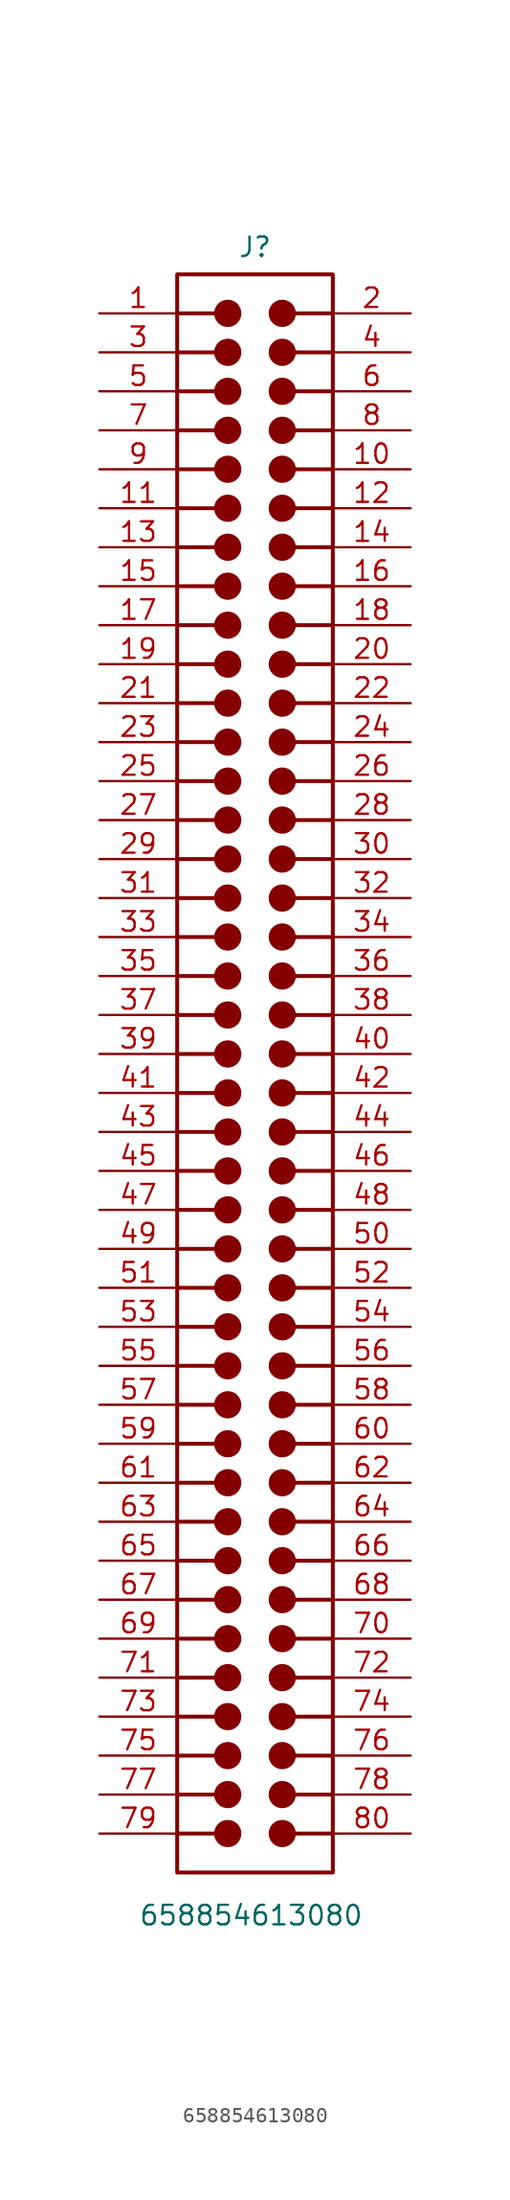
<source format=kicad_sym>
(kicad_symbol_lib
  (version 20241209)
  (generator "kicad_symbol_editor")
  (generator_version "9.0")
  (symbol "658854613080"
    (pin_names
      (hide yes))
    (property "Reference" "J"
      (at 0 52.578 0)
      (effects (font (size 1.27 1.27))))
    (property "Value" "658854613080"
      (at -0.254 -56.134 0)
      (effects (font (size 1.27 1.27))))
    (symbol "658854613080_1_1"
      (rectangle (start -5.08 50.8) (end 5.08 -53.34) (stroke (width 0.254) (type solid)) (fill (type none)))
      (polyline (pts (xy -5.08 48.26) (xy -2.54 48.26)) (stroke (width 0.254) (type solid)) (fill (type none)))
      (polyline (pts (xy -5.08 45.72) (xy -2.54 45.72)) (stroke (width 0.254) (type solid)) (fill (type none)))
      (polyline (pts (xy -5.08 43.18) (xy -2.54 43.18)) (stroke (width 0.254) (type solid)) (fill (type none)))
      (polyline (pts (xy -5.08 40.64) (xy -2.54 40.64)) (stroke (width 0.254) (type solid)) (fill (type none)))
      (polyline (pts (xy -5.08 38.1) (xy -2.54 38.1)) (stroke (width 0.254) (type solid)) (fill (type none)))
      (polyline (pts (xy -5.08 35.56) (xy -2.54 35.56)) (stroke (width 0.254) (type solid)) (fill (type none)))
      (polyline (pts (xy -5.08 33.02) (xy -2.54 33.02)) (stroke (width 0.254) (type solid)) (fill (type none)))
      (polyline (pts (xy -5.08 30.48) (xy -2.54 30.48)) (stroke (width 0.254) (type solid)) (fill (type none)))
      (polyline (pts (xy -5.08 27.94) (xy -2.54 27.94)) (stroke (width 0.254) (type solid)) (fill (type none)))
      (polyline (pts (xy -5.08 25.4) (xy -2.54 25.4)) (stroke (width 0.254) (type solid)) (fill (type none)))
      (polyline (pts (xy -5.08 22.86) (xy -2.54 22.86)) (stroke (width 0.254) (type solid)) (fill (type none)))
      (polyline (pts (xy -5.08 20.32) (xy -2.54 20.32)) (stroke (width 0.254) (type solid)) (fill (type none)))
      (polyline (pts (xy -5.08 17.78) (xy -2.54 17.78)) (stroke (width 0.254) (type solid)) (fill (type none)))
      (polyline (pts (xy -5.08 15.24) (xy -2.54 15.24)) (stroke (width 0.254) (type solid)) (fill (type none)))
      (polyline (pts (xy -5.08 12.7) (xy -2.54 12.7)) (stroke (width 0.254) (type solid)) (fill (type none)))
      (polyline (pts (xy -5.08 10.16) (xy -2.54 10.16)) (stroke (width 0.254) (type solid)) (fill (type none)))
      (polyline (pts (xy -5.08 7.62) (xy -2.54 7.62)) (stroke (width 0.254) (type solid)) (fill (type none)))
      (polyline (pts (xy -5.08 5.08) (xy -2.54 5.08)) (stroke (width 0.254) (type solid)) (fill (type none)))
      (polyline (pts (xy -5.08 2.54) (xy -2.54 2.54)) (stroke (width 0.254) (type solid)) (fill (type none)))
      (polyline (pts (xy -5.08 0) (xy -2.54 0)) (stroke (width 0.254) (type solid)) (fill (type none)))
      (polyline (pts (xy -5.08 -2.54) (xy -2.54 -2.54)) (stroke (width 0.254) (type solid)) (fill (type none)))
      (polyline (pts (xy -5.08 -5.08) (xy -2.54 -5.08)) (stroke (width 0.254) (type solid)) (fill (type none)))
      (polyline (pts (xy -5.08 -7.62) (xy -2.54 -7.62)) (stroke (width 0.254) (type solid)) (fill (type none)))
      (polyline (pts (xy -5.08 -10.16) (xy -2.54 -10.16)) (stroke (width 0.254) (type solid)) (fill (type none)))
      (polyline (pts (xy -5.08 -12.7) (xy -2.54 -12.7)) (stroke (width 0.254) (type solid)) (fill (type none)))
      (polyline (pts (xy -5.08 -15.24) (xy -2.54 -15.24)) (stroke (width 0.254) (type solid)) (fill (type none)))
      (polyline (pts (xy -5.08 -17.78) (xy -2.54 -17.78)) (stroke (width 0.254) (type solid)) (fill (type none)))
      (polyline (pts (xy -5.08 -20.32) (xy -2.54 -20.32)) (stroke (width 0.254) (type solid)) (fill (type none)))
      (polyline (pts (xy -5.08 -22.86) (xy -2.54 -22.86)) (stroke (width 0.254) (type solid)) (fill (type none)))
      (polyline (pts (xy -5.08 -25.4) (xy -2.54 -25.4)) (stroke (width 0.254) (type solid)) (fill (type none)))
      (polyline (pts (xy -5.08 -27.94) (xy -2.54 -27.94)) (stroke (width 0.254) (type solid)) (fill (type none)))
      (polyline (pts (xy -5.08 -30.48) (xy -2.54 -30.48)) (stroke (width 0.254) (type solid)) (fill (type none)))
      (polyline (pts (xy -5.08 -33.02) (xy -2.54 -33.02)) (stroke (width 0.254) (type solid)) (fill (type none)))
      (polyline (pts (xy -5.08 -35.56) (xy -2.54 -35.56)) (stroke (width 0.254) (type solid)) (fill (type none)))
      (polyline (pts (xy -5.08 -38.1) (xy -2.54 -38.1)) (stroke (width 0.254) (type solid)) (fill (type none)))
      (polyline (pts (xy -5.08 -40.64) (xy -2.54 -40.64)) (stroke (width 0.254) (type solid)) (fill (type none)))
      (polyline (pts (xy -5.08 -43.18) (xy -2.54 -43.18)) (stroke (width 0.254) (type solid)) (fill (type none)))
      (polyline (pts (xy -5.08 -45.72) (xy -2.54 -45.72)) (stroke (width 0.254) (type solid)) (fill (type none)))
      (polyline (pts (xy -5.08 -48.26) (xy -2.54 -48.26)) (stroke (width 0.254) (type solid)) (fill (type none)))
      (polyline (pts (xy -5.08 -50.8) (xy -2.54 -50.8)) (stroke (width 0.254) (type solid)) (fill (type none)))
      (circle (center -1.778 48.26) (radius 0.762) (stroke (width 0.254) (type solid)) (fill (type outline)))
      (circle (center -1.778 45.72) (radius 0.762) (stroke (width 0.254) (type solid)) (fill (type outline)))
      (circle (center -1.778 43.18) (radius 0.762) (stroke (width 0.254) (type solid)) (fill (type outline)))
      (circle (center -1.778 40.64) (radius 0.762) (stroke (width 0.254) (type solid)) (fill (type outline)))
      (circle (center -1.778 38.1) (radius 0.762) (stroke (width 0.254) (type solid)) (fill (type outline)))
      (circle (center -1.778 35.56) (radius 0.762) (stroke (width 0.254) (type solid)) (fill (type outline)))
      (circle (center -1.778 33.02) (radius 0.762) (stroke (width 0.254) (type solid)) (fill (type outline)))
      (circle (center -1.778 30.48) (radius 0.762) (stroke (width 0.254) (type solid)) (fill (type outline)))
      (circle (center -1.778 27.94) (radius 0.762) (stroke (width 0.254) (type solid)) (fill (type outline)))
      (circle (center -1.778 25.4) (radius 0.762) (stroke (width 0.254) (type solid)) (fill (type outline)))
      (circle (center -1.778 22.86) (radius 0.762) (stroke (width 0.254) (type solid)) (fill (type outline)))
      (circle (center -1.778 20.32) (radius 0.762) (stroke (width 0.254) (type solid)) (fill (type outline)))
      (circle (center -1.778 17.78) (radius 0.762) (stroke (width 0.254) (type solid)) (fill (type outline)))
      (circle (center -1.778 15.24) (radius 0.762) (stroke (width 0.254) (type solid)) (fill (type outline)))
      (circle (center -1.778 12.7) (radius 0.762) (stroke (width 0.254) (type solid)) (fill (type outline)))
      (circle (center -1.778 10.16) (radius 0.762) (stroke (width 0.254) (type solid)) (fill (type outline)))
      (circle (center -1.778 7.62) (radius 0.762) (stroke (width 0.254) (type solid)) (fill (type outline)))
      (circle (center -1.778 5.08) (radius 0.762) (stroke (width 0.254) (type solid)) (fill (type outline)))
      (circle (center -1.778 2.54) (radius 0.762) (stroke (width 0.254) (type solid)) (fill (type outline)))
      (circle (center -1.778 0) (radius 0.762) (stroke (width 0.254) (type solid)) (fill (type outline)))
      (circle (center -1.778 -2.54) (radius 0.762) (stroke (width 0.254) (type solid)) (fill (type outline)))
      (circle (center -1.778 -5.08) (radius 0.762) (stroke (width 0.254) (type solid)) (fill (type outline)))
      (circle (center -1.778 -7.62) (radius 0.762) (stroke (width 0.254) (type solid)) (fill (type outline)))
      (circle (center -1.778 -10.16) (radius 0.762) (stroke (width 0.254) (type solid)) (fill (type outline)))
      (circle (center -1.778 -12.7) (radius 0.762) (stroke (width 0.254) (type solid)) (fill (type outline)))
      (circle (center -1.778 -15.24) (radius 0.762) (stroke (width 0.254) (type solid)) (fill (type outline)))
      (circle (center -1.778 -17.78) (radius 0.762) (stroke (width 0.254) (type solid)) (fill (type outline)))
      (circle (center -1.778 -20.32) (radius 0.762) (stroke (width 0.254) (type solid)) (fill (type outline)))
      (circle (center -1.778 -22.86) (radius 0.762) (stroke (width 0.254) (type solid)) (fill (type outline)))
      (circle (center -1.778 -25.4) (radius 0.762) (stroke (width 0.254) (type solid)) (fill (type outline)))
      (circle (center -1.778 -27.94) (radius 0.762) (stroke (width 0.254) (type solid)) (fill (type outline)))
      (circle (center -1.778 -30.48) (radius 0.762) (stroke (width 0.254) (type solid)) (fill (type outline)))
      (circle (center -1.778 -33.02) (radius 0.762) (stroke (width 0.254) (type solid)) (fill (type outline)))
      (circle (center -1.778 -35.56) (radius 0.762) (stroke (width 0.254) (type solid)) (fill (type outline)))
      (circle (center -1.778 -38.1) (radius 0.762) (stroke (width 0.254) (type solid)) (fill (type outline)))
      (circle (center -1.778 -40.64) (radius 0.762) (stroke (width 0.254) (type solid)) (fill (type outline)))
      (circle (center -1.778 -43.18) (radius 0.762) (stroke (width 0.254) (type solid)) (fill (type outline)))
      (circle (center -1.778 -45.72) (radius 0.762) (stroke (width 0.254) (type solid)) (fill (type outline)))
      (circle (center -1.778 -48.26) (radius 0.762) (stroke (width 0.254) (type solid)) (fill (type outline)))
      (circle (center -1.778 -50.8) (radius 0.762) (stroke (width 0.254) (type solid)) (fill (type outline)))
      (circle (center 1.778 48.26) (radius 0.762) (stroke (width 0.254) (type solid)) (fill (type outline)))
      (circle (center 1.778 45.72) (radius 0.762) (stroke (width 0.254) (type solid)) (fill (type outline)))
      (circle (center 1.778 43.18) (radius 0.762) (stroke (width 0.254) (type solid)) (fill (type outline)))
      (circle (center 1.778 40.64) (radius 0.762) (stroke (width 0.254) (type solid)) (fill (type outline)))
      (circle (center 1.778 38.1) (radius 0.762) (stroke (width 0.254) (type solid)) (fill (type outline)))
      (circle (center 1.778 35.56) (radius 0.762) (stroke (width 0.254) (type solid)) (fill (type outline)))
      (circle (center 1.778 33.02) (radius 0.762) (stroke (width 0.254) (type solid)) (fill (type outline)))
      (circle (center 1.778 30.48) (radius 0.762) (stroke (width 0.254) (type solid)) (fill (type outline)))
      (circle (center 1.778 27.94) (radius 0.762) (stroke (width 0.254) (type solid)) (fill (type outline)))
      (circle (center 1.778 25.4) (radius 0.762) (stroke (width 0.254) (type solid)) (fill (type outline)))
      (circle (center 1.778 22.86) (radius 0.762) (stroke (width 0.254) (type solid)) (fill (type outline)))
      (circle (center 1.778 20.32) (radius 0.762) (stroke (width 0.254) (type solid)) (fill (type outline)))
      (circle (center 1.778 17.78) (radius 0.762) (stroke (width 0.254) (type solid)) (fill (type outline)))
      (circle (center 1.778 15.24) (radius 0.762) (stroke (width 0.254) (type solid)) (fill (type outline)))
      (circle (center 1.778 12.7) (radius 0.762) (stroke (width 0.254) (type solid)) (fill (type outline)))
      (circle (center 1.778 10.16) (radius 0.762) (stroke (width 0.254) (type solid)) (fill (type outline)))
      (circle (center 1.778 7.62) (radius 0.762) (stroke (width 0.254) (type solid)) (fill (type outline)))
      (circle (center 1.778 5.08) (radius 0.762) (stroke (width 0.254) (type solid)) (fill (type outline)))
      (circle (center 1.778 2.54) (radius 0.762) (stroke (width 0.254) (type solid)) (fill (type outline)))
      (circle (center 1.778 0) (radius 0.762) (stroke (width 0.254) (type solid)) (fill (type outline)))
      (circle (center 1.778 -2.54) (radius 0.762) (stroke (width 0.254) (type solid)) (fill (type outline)))
      (circle (center 1.778 -5.08) (radius 0.762) (stroke (width 0.254) (type solid)) (fill (type outline)))
      (circle (center 1.778 -7.62) (radius 0.762) (stroke (width 0.254) (type solid)) (fill (type outline)))
      (circle (center 1.778 -10.16) (radius 0.762) (stroke (width 0.254) (type solid)) (fill (type outline)))
      (circle (center 1.778 -12.7) (radius 0.762) (stroke (width 0.254) (type solid)) (fill (type outline)))
      (circle (center 1.778 -15.24) (radius 0.762) (stroke (width 0.254) (type solid)) (fill (type outline)))
      (circle (center 1.778 -17.78) (radius 0.762) (stroke (width 0.254) (type solid)) (fill (type outline)))
      (circle (center 1.778 -20.32) (radius 0.762) (stroke (width 0.254) (type solid)) (fill (type outline)))
      (circle (center 1.778 -22.86) (radius 0.762) (stroke (width 0.254) (type solid)) (fill (type outline)))
      (circle (center 1.778 -25.4) (radius 0.762) (stroke (width 0.254) (type solid)) (fill (type outline)))
      (circle (center 1.778 -27.94) (radius 0.762) (stroke (width 0.254) (type solid)) (fill (type outline)))
      (circle (center 1.778 -30.48) (radius 0.762) (stroke (width 0.254) (type solid)) (fill (type outline)))
      (circle (center 1.778 -33.02) (radius 0.762) (stroke (width 0.254) (type solid)) (fill (type outline)))
      (circle (center 1.778 -35.56) (radius 0.762) (stroke (width 0.254) (type solid)) (fill (type outline)))
      (circle (center 1.778 -38.1) (radius 0.762) (stroke (width 0.254) (type solid)) (fill (type outline)))
      (circle (center 1.778 -40.64) (radius 0.762) (stroke (width 0.254) (type solid)) (fill (type outline)))
      (circle (center 1.778 -43.18) (radius 0.762) (stroke (width 0.254) (type solid)) (fill (type outline)))
      (circle (center 1.778 -45.72) (radius 0.762) (stroke (width 0.254) (type solid)) (fill (type outline)))
      (circle (center 1.778 -48.26) (radius 0.762) (stroke (width 0.254) (type solid)) (fill (type outline)))
      (circle (center 1.778 -50.8) (radius 0.762) (stroke (width 0.254) (type solid)) (fill (type outline)))
      (polyline (pts (xy 5.08 48.26) (xy 2.54 48.26)) (stroke (width 0.254) (type solid)) (fill (type none)))
      (polyline (pts (xy 5.08 45.72) (xy 2.54 45.72)) (stroke (width 0.254) (type solid)) (fill (type none)))
      (polyline (pts (xy 5.08 43.18) (xy 2.54 43.18)) (stroke (width 0.254) (type solid)) (fill (type none)))
      (polyline (pts (xy 5.08 40.64) (xy 2.54 40.64)) (stroke (width 0.254) (type solid)) (fill (type none)))
      (polyline (pts (xy 5.08 38.1) (xy 2.54 38.1)) (stroke (width 0.254) (type solid)) (fill (type none)))
      (polyline (pts (xy 5.08 35.56) (xy 2.54 35.56)) (stroke (width 0.254) (type solid)) (fill (type none)))
      (polyline (pts (xy 5.08 33.02) (xy 2.54 33.02)) (stroke (width 0.254) (type solid)) (fill (type none)))
      (polyline (pts (xy 5.08 30.48) (xy 2.54 30.48)) (stroke (width 0.254) (type solid)) (fill (type none)))
      (polyline (pts (xy 5.08 27.94) (xy 2.54 27.94)) (stroke (width 0.254) (type solid)) (fill (type none)))
      (polyline (pts (xy 5.08 25.4) (xy 2.54 25.4)) (stroke (width 0.254) (type solid)) (fill (type none)))
      (polyline (pts (xy 5.08 22.86) (xy 2.54 22.86)) (stroke (width 0.254) (type solid)) (fill (type none)))
      (polyline (pts (xy 5.08 20.32) (xy 2.54 20.32)) (stroke (width 0.254) (type solid)) (fill (type none)))
      (polyline (pts (xy 5.08 17.78) (xy 2.54 17.78)) (stroke (width 0.254) (type solid)) (fill (type none)))
      (polyline (pts (xy 5.08 15.24) (xy 2.54 15.24)) (stroke (width 0.254) (type solid)) (fill (type none)))
      (polyline (pts (xy 5.08 12.7) (xy 2.54 12.7)) (stroke (width 0.254) (type solid)) (fill (type none)))
      (polyline (pts (xy 5.08 10.16) (xy 2.54 10.16)) (stroke (width 0.254) (type solid)) (fill (type none)))
      (polyline (pts (xy 5.08 7.62) (xy 2.54 7.62)) (stroke (width 0.254) (type solid)) (fill (type none)))
      (polyline (pts (xy 5.08 5.08) (xy 2.54 5.08)) (stroke (width 0.254) (type solid)) (fill (type none)))
      (polyline (pts (xy 5.08 2.54) (xy 2.54 2.54)) (stroke (width 0.254) (type solid)) (fill (type none)))
      (polyline (pts (xy 5.08 0) (xy 2.54 0)) (stroke (width 0.254) (type solid)) (fill (type none)))
      (polyline (pts (xy 5.08 -2.54) (xy 2.54 -2.54)) (stroke (width 0.254) (type solid)) (fill (type none)))
      (polyline (pts (xy 5.08 -5.08) (xy 2.54 -5.08)) (stroke (width 0.254) (type solid)) (fill (type none)))
      (polyline (pts (xy 5.08 -7.62) (xy 2.54 -7.62)) (stroke (width 0.254) (type solid)) (fill (type none)))
      (polyline (pts (xy 5.08 -10.16) (xy 2.54 -10.16)) (stroke (width 0.254) (type solid)) (fill (type none)))
      (polyline (pts (xy 5.08 -12.7) (xy 2.54 -12.7)) (stroke (width 0.254) (type solid)) (fill (type none)))
      (polyline (pts (xy 5.08 -15.24) (xy 2.54 -15.24)) (stroke (width 0.254) (type solid)) (fill (type none)))
      (polyline (pts (xy 5.08 -17.78) (xy 2.54 -17.78)) (stroke (width 0.254) (type solid)) (fill (type none)))
      (polyline (pts (xy 5.08 -20.32) (xy 2.54 -20.32)) (stroke (width 0.254) (type solid)) (fill (type none)))
      (polyline (pts (xy 5.08 -22.86) (xy 2.54 -22.86)) (stroke (width 0.254) (type solid)) (fill (type none)))
      (polyline (pts (xy 5.08 -25.4) (xy 2.54 -25.4)) (stroke (width 0.254) (type solid)) (fill (type none)))
      (polyline (pts (xy 5.08 -27.94) (xy 2.54 -27.94)) (stroke (width 0.254) (type solid)) (fill (type none)))
      (polyline (pts (xy 5.08 -30.48) (xy 2.54 -30.48)) (stroke (width 0.254) (type solid)) (fill (type none)))
      (polyline (pts (xy 5.08 -33.02) (xy 2.54 -33.02)) (stroke (width 0.254) (type solid)) (fill (type none)))
      (polyline (pts (xy 5.08 -35.56) (xy 2.54 -35.56)) (stroke (width 0.254) (type solid)) (fill (type none)))
      (polyline (pts (xy 5.08 -38.1) (xy 2.54 -38.1)) (stroke (width 0.254) (type solid)) (fill (type none)))
      (polyline (pts (xy 5.08 -40.64) (xy 2.54 -40.64)) (stroke (width 0.254) (type solid)) (fill (type none)))
      (polyline (pts (xy 5.08 -43.18) (xy 2.54 -43.18)) (stroke (width 0.254) (type solid)) (fill (type none)))
      (polyline (pts (xy 5.08 -45.72) (xy 2.54 -45.72)) (stroke (width 0.254) (type solid)) (fill (type none)))
      (polyline (pts (xy 5.08 -48.26) (xy 2.54 -48.26)) (stroke (width 0.254) (type solid)) (fill (type none)))
      (polyline (pts (xy 5.08 -50.8) (xy 2.54 -50.8)) (stroke (width 0.254) (type solid)) (fill (type none)))
      (pin passive line (at -10.16 48.26 0) (length 5.08) (name "1" (effects (font (size 1.27 1.27)))) (number "1" (effects (font (size 1.27 1.27)))))
      (pin passive line (at -10.16 45.72 0) (length 5.08) (name "3" (effects (font (size 1.27 1.27)))) (number "3" (effects (font (size 1.27 1.27)))))
      (pin passive line (at -10.16 43.18 0) (length 5.08) (name "5" (effects (font (size 1.27 1.27)))) (number "5" (effects (font (size 1.27 1.27)))))
      (pin passive line (at -10.16 40.64 0) (length 5.08) (name "7" (effects (font (size 1.27 1.27)))) (number "7" (effects (font (size 1.27 1.27)))))
      (pin passive line (at -10.16 38.1 0) (length 5.08) (name "9" (effects (font (size 1.27 1.27)))) (number "9" (effects (font (size 1.27 1.27)))))
      (pin passive line (at -10.16 35.56 0) (length 5.08) (name "11" (effects (font (size 1.27 1.27)))) (number "11" (effects (font (size 1.27 1.27)))))
      (pin passive line (at -10.16 33.02 0) (length 5.08) (name "13" (effects (font (size 1.27 1.27)))) (number "13" (effects (font (size 1.27 1.27)))))
      (pin passive line (at -10.16 30.48 0) (length 5.08) (name "15" (effects (font (size 1.27 1.27)))) (number "15" (effects (font (size 1.27 1.27)))))
      (pin passive line (at -10.16 27.94 0) (length 5.08) (name "17" (effects (font (size 1.27 1.27)))) (number "17" (effects (font (size 1.27 1.27)))))
      (pin passive line (at -10.16 25.4 0) (length 5.08) (name "19" (effects (font (size 1.27 1.27)))) (number "19" (effects (font (size 1.27 1.27)))))
      (pin passive line (at -10.16 22.86 0) (length 5.08) (name "21" (effects (font (size 1.27 1.27)))) (number "21" (effects (font (size 1.27 1.27)))))
      (pin passive line (at -10.16 20.32 0) (length 5.08) (name "23" (effects (font (size 1.27 1.27)))) (number "23" (effects (font (size 1.27 1.27)))))
      (pin passive line (at -10.16 17.78 0) (length 5.08) (name "25" (effects (font (size 1.27 1.27)))) (number "25" (effects (font (size 1.27 1.27)))))
      (pin passive line (at -10.16 15.24 0) (length 5.08) (name "27" (effects (font (size 1.27 1.27)))) (number "27" (effects (font (size 1.27 1.27)))))
      (pin passive line (at -10.16 12.7 0) (length 5.08) (name "29" (effects (font (size 1.27 1.27)))) (number "29" (effects (font (size 1.27 1.27)))))
      (pin passive line (at -10.16 10.16 0) (length 5.08) (name "31" (effects (font (size 1.27 1.27)))) (number "31" (effects (font (size 1.27 1.27)))))
      (pin passive line (at -10.16 7.62 0) (length 5.08) (name "33" (effects (font (size 1.27 1.27)))) (number "33" (effects (font (size 1.27 1.27)))))
      (pin passive line (at -10.16 5.08 0) (length 5.08) (name "35" (effects (font (size 1.27 1.27)))) (number "35" (effects (font (size 1.27 1.27)))))
      (pin passive line (at -10.16 2.54 0) (length 5.08) (name "37" (effects (font (size 1.27 1.27)))) (number "37" (effects (font (size 1.27 1.27)))))
      (pin passive line (at -10.16 0 0) (length 5.08) (name "39" (effects (font (size 1.27 1.27)))) (number "39" (effects (font (size 1.27 1.27)))))
      (pin passive line (at -10.16 -2.54 0) (length 5.08) (name "41" (effects (font (size 1.27 1.27)))) (number "41" (effects (font (size 1.27 1.27)))))
      (pin passive line (at -10.16 -5.08 0) (length 5.08) (name "43" (effects (font (size 1.27 1.27)))) (number "43" (effects (font (size 1.27 1.27)))))
      (pin passive line (at -10.16 -7.62 0) (length 5.08) (name "45" (effects (font (size 1.27 1.27)))) (number "45" (effects (font (size 1.27 1.27)))))
      (pin passive line (at -10.16 -10.16 0) (length 5.08) (name "47" (effects (font (size 1.27 1.27)))) (number "47" (effects (font (size 1.27 1.27)))))
      (pin passive line (at -10.16 -12.7 0) (length 5.08) (name "49" (effects (font (size 1.27 1.27)))) (number "49" (effects (font (size 1.27 1.27)))))
      (pin passive line (at -10.16 -15.24 0) (length 5.08) (name "51" (effects (font (size 1.27 1.27)))) (number "51" (effects (font (size 1.27 1.27)))))
      (pin passive line (at -10.16 -17.78 0) (length 5.08) (name "53" (effects (font (size 1.27 1.27)))) (number "53" (effects (font (size 1.27 1.27)))))
      (pin passive line (at -10.16 -20.32 0) (length 5.08) (name "55" (effects (font (size 1.27 1.27)))) (number "55" (effects (font (size 1.27 1.27)))))
      (pin passive line (at -10.16 -22.86 0) (length 5.08) (name "57" (effects (font (size 1.27 1.27)))) (number "57" (effects (font (size 1.27 1.27)))))
      (pin passive line (at -10.16 -25.4 0) (length 5.08) (name "59" (effects (font (size 1.27 1.27)))) (number "59" (effects (font (size 1.27 1.27)))))
      (pin passive line (at -10.16 -27.94 0) (length 5.08) (name "61" (effects (font (size 1.27 1.27)))) (number "61" (effects (font (size 1.27 1.27)))))
      (pin passive line (at -10.16 -30.48 0) (length 5.08) (name "63" (effects (font (size 1.27 1.27)))) (number "63" (effects (font (size 1.27 1.27)))))
      (pin passive line (at -10.16 -33.02 0) (length 5.08) (name "65" (effects (font (size 1.27 1.27)))) (number "65" (effects (font (size 1.27 1.27)))))
      (pin passive line (at -10.16 -35.56 0) (length 5.08) (name "67" (effects (font (size 1.27 1.27)))) (number "67" (effects (font (size 1.27 1.27)))))
      (pin passive line (at -10.16 -38.1 0) (length 5.08) (name "69" (effects (font (size 1.27 1.27)))) (number "69" (effects (font (size 1.27 1.27)))))
      (pin passive line (at -10.16 -40.64 0) (length 5.08) (name "71" (effects (font (size 1.27 1.27)))) (number "71" (effects (font (size 1.27 1.27)))))
      (pin passive line (at -10.16 -43.18 0) (length 5.08) (name "73" (effects (font (size 1.27 1.27)))) (number "73" (effects (font (size 1.27 1.27)))))
      (pin passive line (at -10.16 -45.72 0) (length 5.08) (name "75" (effects (font (size 1.27 1.27)))) (number "75" (effects (font (size 1.27 1.27)))))
      (pin passive line (at -10.16 -48.26 0) (length 5.08) (name "77" (effects (font (size 1.27 1.27)))) (number "77" (effects (font (size 1.27 1.27)))))
      (pin passive line (at -10.16 -50.8 0) (length 5.08) (name "79" (effects (font (size 1.27 1.27)))) (number "79" (effects (font (size 1.27 1.27)))))
      (pin passive line (at 10.16 48.26 180) (length 5.08) (name "2" (effects (font (size 1.27 1.27)))) (number "2" (effects (font (size 1.27 1.27)))))
      (pin passive line (at 10.16 45.72 180) (length 5.08) (name "4" (effects (font (size 1.27 1.27)))) (number "4" (effects (font (size 1.27 1.27)))))
      (pin passive line (at 10.16 43.18 180) (length 5.08) (name "6" (effects (font (size 1.27 1.27)))) (number "6" (effects (font (size 1.27 1.27)))))
      (pin passive line (at 10.16 40.64 180) (length 5.08) (name "8" (effects (font (size 1.27 1.27)))) (number "8" (effects (font (size 1.27 1.27)))))
      (pin passive line (at 10.16 38.1 180) (length 5.08) (name "10" (effects (font (size 1.27 1.27)))) (number "10" (effects (font (size 1.27 1.27)))))
      (pin passive line (at 10.16 35.56 180) (length 5.08) (name "12" (effects (font (size 1.27 1.27)))) (number "12" (effects (font (size 1.27 1.27)))))
      (pin passive line (at 10.16 33.02 180) (length 5.08) (name "14" (effects (font (size 1.27 1.27)))) (number "14" (effects (font (size 1.27 1.27)))))
      (pin passive line (at 10.16 30.48 180) (length 5.08) (name "16" (effects (font (size 1.27 1.27)))) (number "16" (effects (font (size 1.27 1.27)))))
      (pin passive line (at 10.16 27.94 180) (length 5.08) (name "18" (effects (font (size 1.27 1.27)))) (number "18" (effects (font (size 1.27 1.27)))))
      (pin passive line (at 10.16 25.4 180) (length 5.08) (name "20" (effects (font (size 1.27 1.27)))) (number "20" (effects (font (size 1.27 1.27)))))
      (pin passive line (at 10.16 22.86 180) (length 5.08) (name "22" (effects (font (size 1.27 1.27)))) (number "22" (effects (font (size 1.27 1.27)))))
      (pin passive line (at 10.16 20.32 180) (length 5.08) (name "24" (effects (font (size 1.27 1.27)))) (number "24" (effects (font (size 1.27 1.27)))))
      (pin passive line (at 10.16 17.78 180) (length 5.08) (name "1" (effects (font (size 1.27 1.27)))) (number "26" (effects (font (size 1.27 1.27)))))
      (pin passive line (at 10.16 15.24 180) (length 5.08) (name "28" (effects (font (size 1.27 1.27)))) (number "28" (effects (font (size 1.27 1.27)))))
      (pin passive line (at 10.16 12.7 180) (length 5.08) (name "30" (effects (font (size 1.27 1.27)))) (number "30" (effects (font (size 1.27 1.27)))))
      (pin passive line (at 10.16 10.16 180) (length 5.08) (name "32" (effects (font (size 1.27 1.27)))) (number "32" (effects (font (size 1.27 1.27)))))
      (pin passive line (at 10.16 7.62 180) (length 5.08) (name "34" (effects (font (size 1.27 1.27)))) (number "34" (effects (font (size 1.27 1.27)))))
      (pin passive line (at 10.16 5.08 180) (length 5.08) (name "36" (effects (font (size 1.27 1.27)))) (number "36" (effects (font (size 1.27 1.27)))))
      (pin passive line (at 10.16 2.54 180) (length 5.08) (name "38" (effects (font (size 1.27 1.27)))) (number "38" (effects (font (size 1.27 1.27)))))
      (pin passive line (at 10.16 0 180) (length 5.08) (name "40" (effects (font (size 1.27 1.27)))) (number "40" (effects (font (size 1.27 1.27)))))
      (pin passive line (at 10.16 -2.54 180) (length 5.08) (name "42" (effects (font (size 1.27 1.27)))) (number "42" (effects (font (size 1.27 1.27)))))
      (pin passive line (at 10.16 -5.08 180) (length 5.08) (name "44" (effects (font (size 1.27 1.27)))) (number "44" (effects (font (size 1.27 1.27)))))
      (pin passive line (at 10.16 -7.62 180) (length 5.08) (name "46" (effects (font (size 1.27 1.27)))) (number "46" (effects (font (size 1.27 1.27)))))
      (pin passive line (at 10.16 -10.16 180) (length 5.08) (name "48" (effects (font (size 1.27 1.27)))) (number "48" (effects (font (size 1.27 1.27)))))
      (pin passive line (at 10.16 -12.7 180) (length 5.08) (name "50" (effects (font (size 1.27 1.27)))) (number "50" (effects (font (size 1.27 1.27)))))
      (pin passive line (at 10.16 -15.24 180) (length 5.08) (name "52" (effects (font (size 1.27 1.27)))) (number "52" (effects (font (size 1.27 1.27)))))
      (pin passive line (at 10.16 -17.78 180) (length 5.08) (name "54" (effects (font (size 1.27 1.27)))) (number "54" (effects (font (size 1.27 1.27)))))
      (pin passive line (at 10.16 -20.32 180) (length 5.08) (name "56" (effects (font (size 1.27 1.27)))) (number "56" (effects (font (size 1.27 1.27)))))
      (pin passive line (at 10.16 -22.86 180) (length 5.08) (name "58" (effects (font (size 1.27 1.27)))) (number "58" (effects (font (size 1.27 1.27)))))
      (pin passive line (at 10.16 -25.4 180) (length 5.08) (name "60" (effects (font (size 1.27 1.27)))) (number "60" (effects (font (size 1.27 1.27)))))
      (pin passive line (at 10.16 -27.94 180) (length 5.08) (name "62" (effects (font (size 1.27 1.27)))) (number "62" (effects (font (size 1.27 1.27)))))
      (pin passive line (at 10.16 -30.48 180) (length 5.08) (name "64" (effects (font (size 1.27 1.27)))) (number "64" (effects (font (size 1.27 1.27)))))
      (pin passive line (at 10.16 -33.02 180) (length 5.08) (name "66" (effects (font (size 1.27 1.27)))) (number "66" (effects (font (size 1.27 1.27)))))
      (pin passive line (at 10.16 -35.56 180) (length 5.08) (name "68" (effects (font (size 1.27 1.27)))) (number "68" (effects (font (size 1.27 1.27)))))
      (pin passive line (at 10.16 -38.1 180) (length 5.08) (name "70" (effects (font (size 1.27 1.27)))) (number "70" (effects (font (size 1.27 1.27)))))
      (pin passive line (at 10.16 -40.64 180) (length 5.08) (name "72" (effects (font (size 1.27 1.27)))) (number "72" (effects (font (size 1.27 1.27)))))
      (pin passive line (at 10.16 -43.18 180) (length 5.08) (name "74" (effects (font (size 1.27 1.27)))) (number "74" (effects (font (size 1.27 1.27)))))
      (pin passive line (at 10.16 -45.72 180) (length 5.08) (name "76" (effects (font (size 1.27 1.27)))) (number "76" (effects (font (size 1.27 1.27)))))
      (pin passive line (at 10.16 -48.26 180) (length 5.08) (name "78" (effects (font (size 1.27 1.27)))) (number "78" (effects (font (size 1.27 1.27)))))
      (pin passive line (at 10.16 -50.8 180) (length 5.08) (name "80" (effects (font (size 1.27 1.27)))) (number "80" (effects (font (size 1.27 1.27))))))))
</source>
